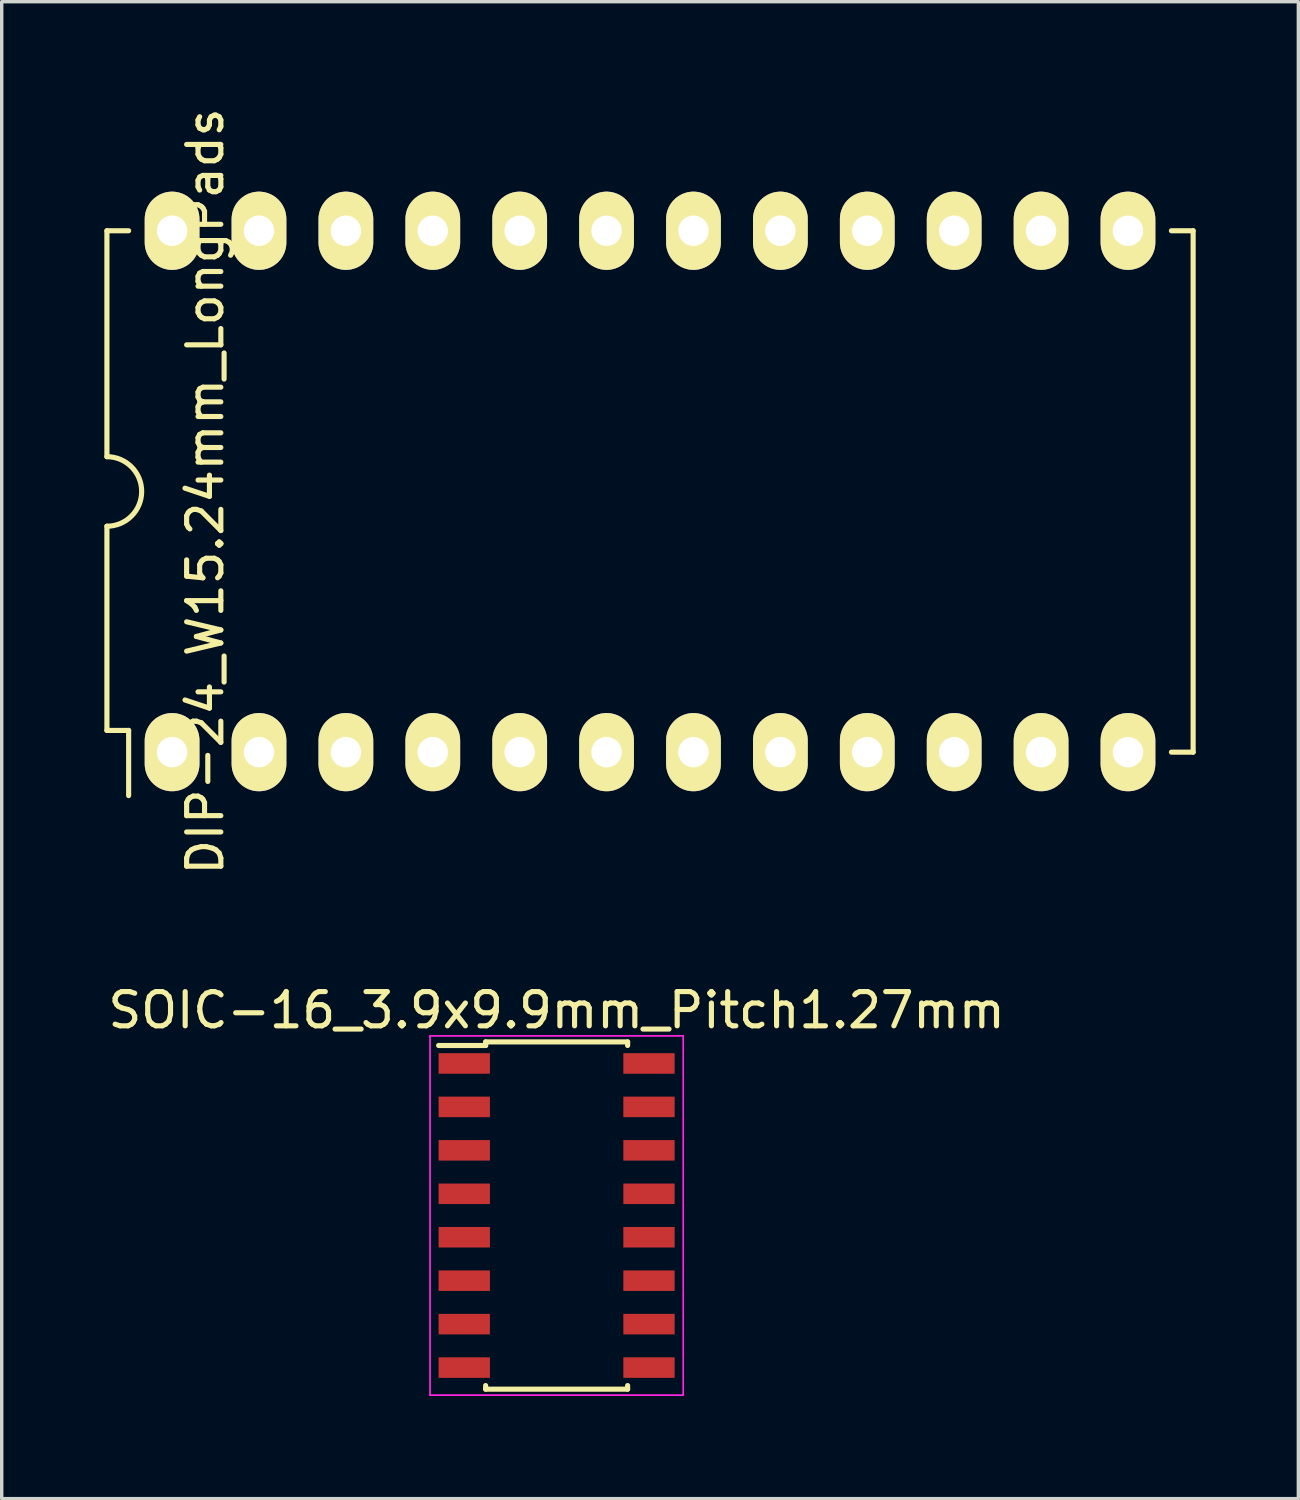
<source format=kicad_pcb>
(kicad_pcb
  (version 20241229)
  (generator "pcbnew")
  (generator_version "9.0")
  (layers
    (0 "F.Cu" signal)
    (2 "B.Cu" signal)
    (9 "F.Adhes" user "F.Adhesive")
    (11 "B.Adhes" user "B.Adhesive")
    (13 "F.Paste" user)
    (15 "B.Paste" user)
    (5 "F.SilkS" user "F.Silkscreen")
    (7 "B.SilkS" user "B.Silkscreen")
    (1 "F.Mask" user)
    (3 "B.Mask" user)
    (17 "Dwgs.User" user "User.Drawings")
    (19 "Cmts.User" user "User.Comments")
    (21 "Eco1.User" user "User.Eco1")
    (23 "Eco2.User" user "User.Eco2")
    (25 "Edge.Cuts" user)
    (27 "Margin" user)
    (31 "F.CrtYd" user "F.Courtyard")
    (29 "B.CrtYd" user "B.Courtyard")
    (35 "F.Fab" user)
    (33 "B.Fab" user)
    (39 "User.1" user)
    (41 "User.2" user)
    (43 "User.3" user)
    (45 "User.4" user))
  (footprint "DIP-24_W15.24mm_LongPads"
    (layer "F.Cu")
    (at 15.95 11.315)
    (property "Reference" "DIP-24_W15.24mm_LongPads" (at -13 0 90) (layer "F.SilkS") (effects (font (size 1 1) (thickness 0.15))))
    (attr through_hole)
    (fp_line (start -15.875 -7.62) (end -15.875 -1.016) (stroke (width 0.15) (type solid)) (layer "F.SilkS"))
    (fp_line (start -15.875 1.016) (end -15.875 6.985) (stroke (width 0.15) (type solid)) (layer "F.SilkS"))
    (fp_line (start -15.875 6.985) (end -15.24 6.985) (stroke (width 0.15) (type solid)) (layer "F.SilkS"))
    (fp_line (start -15.24 -7.62) (end -15.875 -7.62) (stroke (width 0.15) (type solid)) (layer "F.SilkS"))
    (fp_line (start -15.24 6.985) (end -15.24 8.89) (stroke (width 0.15) (type solid)) (layer "F.SilkS"))
    (fp_line (start 15.24 -7.62) (end 15.875 -7.62) (stroke (width 0.15) (type solid)) (layer "F.SilkS"))
    (fp_line (start 15.875 -7.62) (end 15.875 7.62) (stroke (width 0.15) (type solid)) (layer "F.SilkS"))
    (fp_line (start 15.875 7.62) (end 15.24 7.62) (stroke (width 0.15) (type solid)) (layer "F.SilkS"))
    (fp_arc (start -15.875 -1.016) (mid -14.859 0) (end -15.875 1.016) (stroke (width 0.15) (type solid)) (layer "F.SilkS"))
    (pad "1" thru_hole oval (at -13.97 7.62 90) (size 2.286 1.6) (drill 0.889) (layers "*.Cu" "*.Mask" "F.SilkS"))
    (pad "2" thru_hole oval (at -11.43 7.62 90) (size 2.286 1.6) (drill 0.889) (layers "*.Cu" "*.Mask" "F.SilkS"))
    (pad "3" thru_hole oval (at -8.89 7.62 90) (size 2.286 1.6) (drill 0.889) (layers "*.Cu" "*.Mask" "F.SilkS"))
    (pad "4" thru_hole oval (at -6.35 7.62 90) (size 2.286 1.6) (drill 0.889) (layers "*.Cu" "*.Mask" "F.SilkS"))
    (pad "5" thru_hole oval (at -3.81 7.62 90) (size 2.286 1.6) (drill 0.889) (layers "*.Cu" "*.Mask" "F.SilkS"))
    (pad "6" thru_hole oval (at -1.27 7.62 90) (size 2.286 1.6) (drill 0.889) (layers "*.Cu" "*.Mask" "F.SilkS"))
    (pad "7" thru_hole oval (at 1.27 7.62 90) (size 2.286 1.6) (drill 0.889) (layers "*.Cu" "*.Mask" "F.SilkS"))
    (pad "8" thru_hole oval (at 3.81 7.62 90) (size 2.286 1.6) (drill 0.889) (layers "*.Cu" "*.Mask" "F.SilkS"))
    (pad "9" thru_hole oval (at 6.35 7.62 90) (size 2.286 1.6) (drill 0.889) (layers "*.Cu" "*.Mask" "F.SilkS"))
    (pad "10" thru_hole oval (at 8.89 7.62 90) (size 2.286 1.6) (drill 0.889) (layers "*.Cu" "*.Mask" "F.SilkS"))
    (pad "11" thru_hole oval (at 11.43 7.62 90) (size 2.286 1.6) (drill 0.889) (layers "*.Cu" "*.Mask" "F.SilkS"))
    (pad "12" thru_hole oval (at 13.97 7.62 90) (size 2.286 1.6) (drill 0.889) (layers "*.Cu" "*.Mask" "F.SilkS"))
    (pad "13" thru_hole oval (at 13.97 -7.62 90) (size 2.286 1.6) (drill 0.889) (layers "*.Cu" "*.Mask" "F.SilkS"))
    (pad "14" thru_hole oval (at 11.43 -7.62 90) (size 2.286 1.6) (drill 0.889) (layers "*.Cu" "*.Mask" "F.SilkS"))
    (pad "15" thru_hole oval (at 8.89 -7.62 90) (size 2.286 1.6) (drill 0.889) (layers "*.Cu" "*.Mask" "F.SilkS"))
    (pad "16" thru_hole oval (at 6.35 -7.62 90) (size 2.286 1.6) (drill 0.889) (layers "*.Cu" "*.Mask" "F.SilkS"))
    (pad "17" thru_hole oval (at 3.81 -7.62 90) (size 2.286 1.6) (drill 0.889) (layers "*.Cu" "*.Mask" "F.SilkS"))
    (pad "18" thru_hole oval (at 1.27 -7.62 90) (size 2.286 1.6) (drill 0.889) (layers "*.Cu" "*.Mask" "F.SilkS"))
    (pad "19" thru_hole oval (at -1.27 -7.62 90) (size 2.286 1.6) (drill 0.889) (layers "*.Cu" "*.Mask" "F.SilkS"))
    (pad "20" thru_hole oval (at -3.81 -7.62 90) (size 2.286 1.6) (drill 0.889) (layers "*.Cu" "*.Mask" "F.SilkS"))
    (pad "21" thru_hole oval (at -6.35 -7.62 90) (size 2.286 1.6) (drill 0.889) (layers "*.Cu" "*.Mask" "F.SilkS"))
    (pad "22" thru_hole oval (at -8.89 -7.62 90) (size 2.286 1.6) (drill 0.889) (layers "*.Cu" "*.Mask" "F.SilkS"))
    (pad "23" thru_hole oval (at -11.43 -7.62 90) (size 2.286 1.6) (drill 0.889) (layers "*.Cu" "*.Mask" "F.SilkS"))
    (pad "24" thru_hole oval (at -13.97 -7.62 90) (size 2.286 1.6) (drill 0.889) (layers "*.Cu" "*.Mask" "F.SilkS")))
  (footprint "SOIC-16_3.9x9.9mm_Pitch1.27mm"
    (layer "F.Cu")
    (at 13.22 32.479)
    (property "Reference" "SOIC-16_3.9x9.9mm_Pitch1.27mm" (at 0 -6 0) (layer "F.SilkS") (effects (font (size 1 1) (thickness 0.15))))
    (attr smd)
    (fp_line (start -2.075 -5.075) (end -2.075 -4.97) (stroke (width 0.15) (type solid)) (layer "F.SilkS"))
    (fp_line (start -2.075 -5.075) (end 2.075 -5.075) (stroke (width 0.15) (type solid)) (layer "F.SilkS"))
    (fp_line (start -2.075 -4.97) (end -3.45 -4.97) (stroke (width 0.15) (type solid)) (layer "F.SilkS"))
    (fp_line (start -2.075 5.075) (end -2.075 4.97) (stroke (width 0.15) (type solid)) (layer "F.SilkS"))
    (fp_line (start -2.075 5.075) (end 2.075 5.075) (stroke (width 0.15) (type solid)) (layer "F.SilkS"))
    (fp_line (start 2.075 -5.075) (end 2.075 -4.97) (stroke (width 0.15) (type solid)) (layer "F.SilkS"))
    (fp_line (start 2.075 5.075) (end 2.075 4.97) (stroke (width 0.15) (type solid)) (layer "F.SilkS"))
    (fp_line (start -3.7 -5.25) (end -3.7 5.25) (stroke (width 0.05) (type solid)) (layer "F.CrtYd"))
    (fp_line (start -3.7 -5.25) (end 3.7 -5.25) (stroke (width 0.05) (type solid)) (layer "F.CrtYd"))
    (fp_line (start -3.7 5.25) (end 3.7 5.25) (stroke (width 0.05) (type solid)) (layer "F.CrtYd"))
    (fp_line (start 3.7 -5.25) (end 3.7 5.25) (stroke (width 0.05) (type solid)) (layer "F.CrtYd"))
    (pad "1" smd rect (at -2.7 -4.445) (size 1.5 0.6) (layers "F.Cu" "F.Mask" "F.Paste"))
    (pad "2" smd rect (at -2.7 -3.175) (size 1.5 0.6) (layers "F.Cu" "F.Mask" "F.Paste"))
    (pad "3" smd rect (at -2.7 -1.905) (size 1.5 0.6) (layers "F.Cu" "F.Mask" "F.Paste"))
    (pad "4" smd rect (at -2.7 -0.635) (size 1.5 0.6) (layers "F.Cu" "F.Mask" "F.Paste"))
    (pad "5" smd rect (at -2.7 0.635) (size 1.5 0.6) (layers "F.Cu" "F.Mask" "F.Paste"))
    (pad "6" smd rect (at -2.7 1.905) (size 1.5 0.6) (layers "F.Cu" "F.Mask" "F.Paste"))
    (pad "7" smd rect (at -2.7 3.175) (size 1.5 0.6) (layers "F.Cu" "F.Mask" "F.Paste"))
    (pad "8" smd rect (at -2.7 4.445) (size 1.5 0.6) (layers "F.Cu" "F.Mask" "F.Paste"))
    (pad "9" smd rect (at 2.7 4.445) (size 1.5 0.6) (layers "F.Cu" "F.Mask" "F.Paste"))
    (pad "10" smd rect (at 2.7 3.175) (size 1.5 0.6) (layers "F.Cu" "F.Mask" "F.Paste"))
    (pad "11" smd rect (at 2.7 1.905) (size 1.5 0.6) (layers "F.Cu" "F.Mask" "F.Paste"))
    (pad "12" smd rect (at 2.7 0.635) (size 1.5 0.6) (layers "F.Cu" "F.Mask" "F.Paste"))
    (pad "13" smd rect (at 2.7 -0.635) (size 1.5 0.6) (layers "F.Cu" "F.Mask" "F.Paste"))
    (pad "14" smd rect (at 2.7 -1.905) (size 1.5 0.6) (layers "F.Cu" "F.Mask" "F.Paste"))
    (pad "15" smd rect (at 2.7 -3.175) (size 1.5 0.6) (layers "F.Cu" "F.Mask" "F.Paste"))
    (pad "16" smd rect (at 2.7 -4.445) (size 1.5 0.6) (layers "F.Cu" "F.Mask" "F.Paste")))
  (gr_rect
    (start -3 -3)
    (end 34.9 40.754)
    (stroke (width 0.1) (type default))
    (fill no)
    (layer "Edge.Cuts")))
</source>
